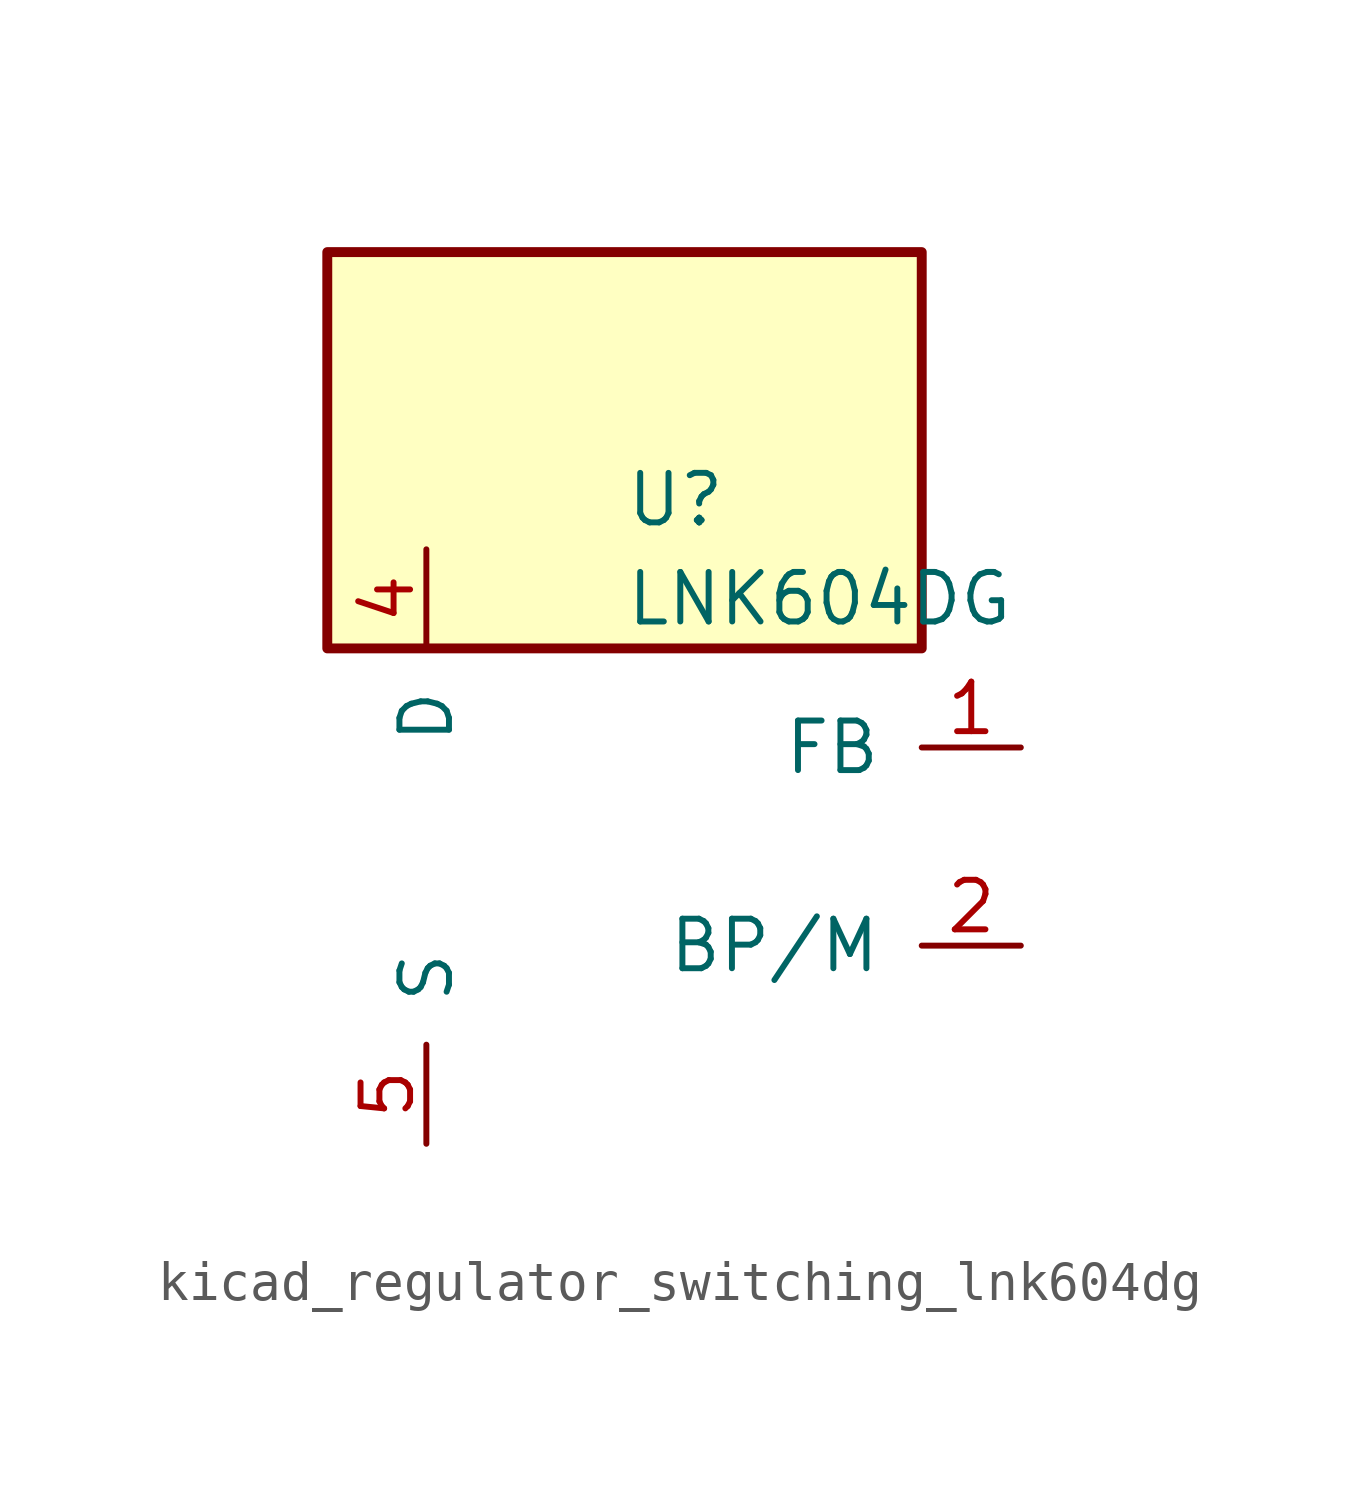
<source format=kicad_sym>
(kicad_symbol_lib
  (version 20220914)
  (generator kicad_symbol_editor)
  (symbol "kicad_regulator_switching_lnk604dg"
    (pin_names
      (offset 1.016))
    (property "Reference" "U"
      (at 0 8.89 0)
      (effects (font (size 1.27 1.27)) (justify left)))
    (property "Value" "LNK604DG"
      (at 0 6.35 0)
      (effects (font (size 1.27 1.27)) (justify left)))
    (symbol "kicad_regulator_switching_lnk604dg_0_1"
      (rectangle (start 7.62 15.24) (end -7.62 5.08) (stroke (width 0.254) (type default)) (fill (type background))))
    (symbol "kicad_regulator_switching_lnk604dg_1_1"
      (pin input line (at 10.16 2.54 180) (length 2.54) (name "FB" (effects (font (size 1.27 1.27)))) (number "1" (effects (font (size 1.27 1.27)))))
      (pin input line (at 10.16 -2.54 180) (length 2.54) (name "BP/M" (effects (font (size 1.27 1.27)))) (number "2" (effects (font (size 1.27 1.27)))))
      (pin open_collector line (at -5.08 7.62 270) (length 2.54) (name "D" (effects (font (size 1.27 1.27)))) (number "4" (effects (font (size 1.27 1.27)))))
      (pin power_in line (at -5.08 -7.62 90) (length 2.54) (name "S" (effects (font (size 1.27 1.27)))) (number "5" (effects (font (size 1.27 1.27)))))
      (pin passive line (at -5.08 -7.62 90) (length 2.54) hide (name "S" (effects (font (size 1.27 1.27)))) (number "6" (effects (font (size 1.27 1.27)))))
      (pin passive line (at -5.08 -7.62 90) (length 2.54) hide (name "S" (effects (font (size 1.27 1.27)))) (number "7" (effects (font (size 1.27 1.27)))))
      (pin passive line (at -5.08 -7.62 90) (length 2.54) hide (name "S" (effects (font (size 1.27 1.27)))) (number "8" (effects (font (size 1.27 1.27))))))))
</source>
